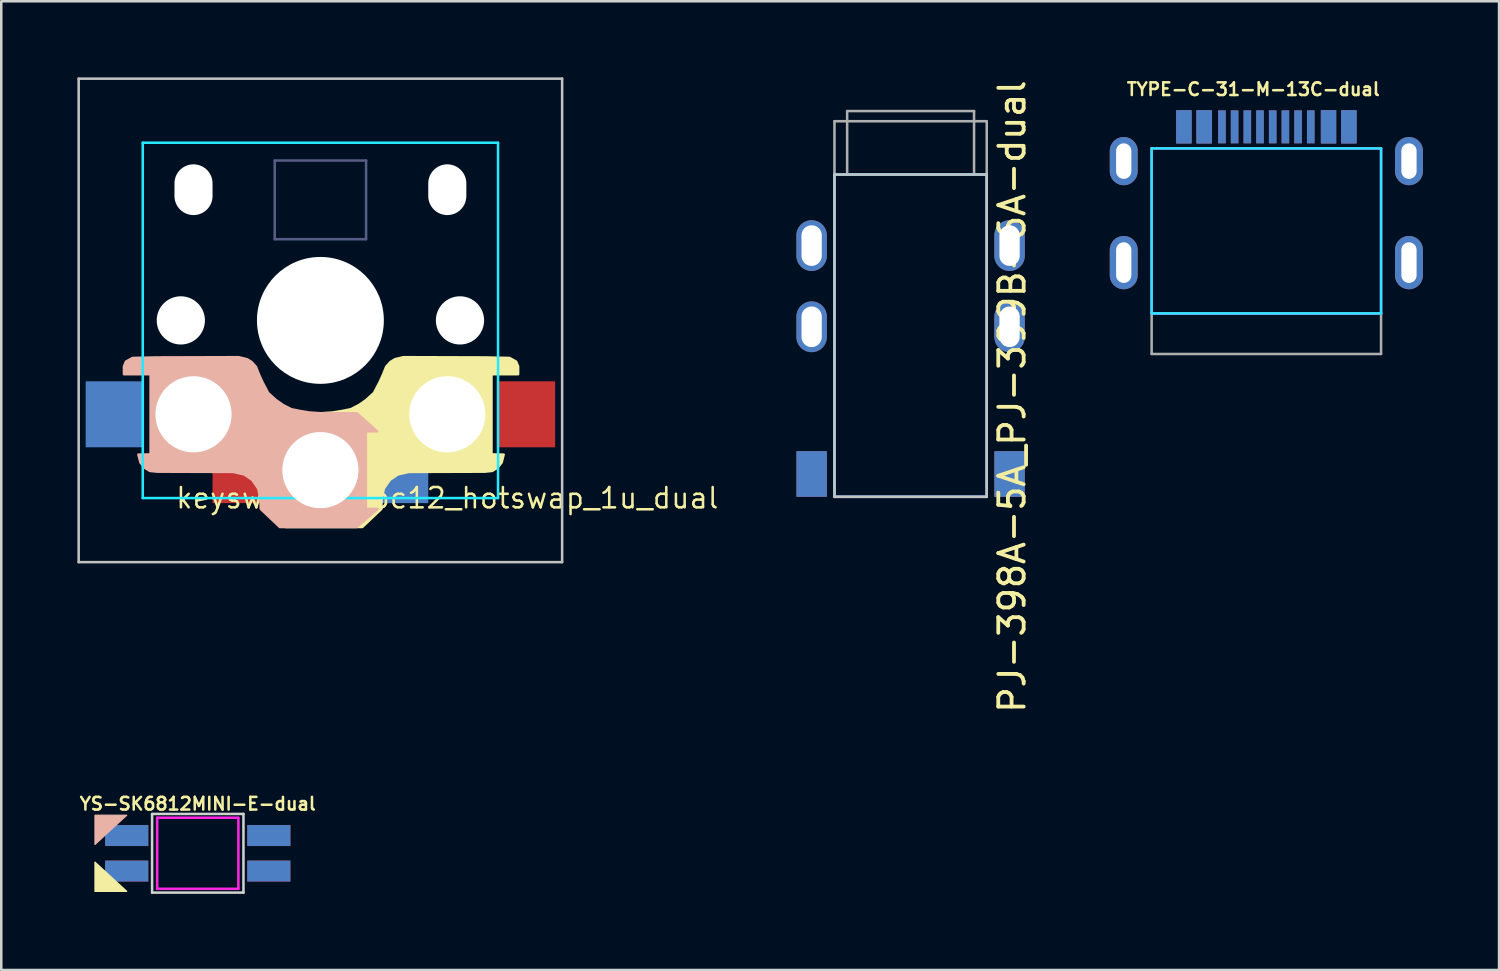
<source format=kicad_pcb>
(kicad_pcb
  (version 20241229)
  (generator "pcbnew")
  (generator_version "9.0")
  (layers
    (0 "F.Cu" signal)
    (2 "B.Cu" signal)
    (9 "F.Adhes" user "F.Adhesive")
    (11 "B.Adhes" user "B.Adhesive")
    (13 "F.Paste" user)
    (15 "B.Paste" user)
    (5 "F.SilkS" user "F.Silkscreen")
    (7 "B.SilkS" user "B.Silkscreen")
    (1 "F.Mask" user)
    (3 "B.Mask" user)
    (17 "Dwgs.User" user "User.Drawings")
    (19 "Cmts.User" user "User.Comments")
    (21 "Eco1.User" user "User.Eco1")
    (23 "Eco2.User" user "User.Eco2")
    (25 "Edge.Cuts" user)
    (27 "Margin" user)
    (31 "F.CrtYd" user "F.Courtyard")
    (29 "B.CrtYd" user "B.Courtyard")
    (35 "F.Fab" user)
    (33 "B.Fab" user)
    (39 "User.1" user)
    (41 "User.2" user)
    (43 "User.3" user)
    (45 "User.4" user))
  (footprint "YS-SK6812MINI-E-dual"
    (layer "F.Cu")
    (at 4.743 30.573)
    (property "Reference" "YS-SK6812MINI-E-dual" (at 0 -1.95 0) (layer "F.SilkS") (effects (font (size 0.5 0.5) (thickness 0.1))))
    (attr smd)
    (fp_poly (pts (xy -4.05 0.35) (xy -4.05 1.5) (xy -2.8 1.5)) (stroke (width 0.05) (type solid)) (fill yes) (layer "F.SilkS"))
    (fp_poly (pts (xy -4.05 -0.35) (xy -4.05 -1.5) (xy -2.8 -1.5)) (stroke (width 0.05) (type solid)) (fill yes) (layer "B.SilkS"))
    (fp_line (start -1.8 -1.55) (end 1.8 -1.55) (stroke (width 0.1) (type solid)) (layer "Edge.Cuts"))
    (fp_line (start -1.8 1.55) (end -1.8 -1.55) (stroke (width 0.1) (type solid)) (layer "Edge.Cuts"))
    (fp_line (start 1.8 -1.55) (end 1.8 1.55) (stroke (width 0.1) (type solid)) (layer "Edge.Cuts"))
    (fp_line (start 1.8 1.55) (end -1.8 1.55) (stroke (width 0.1) (type solid)) (layer "Edge.Cuts"))
    (fp_line (start -1.6 1.4) (end -1.6 -1.4) (stroke (width 0.1) (type solid)) (layer "F.CrtYd"))
    (fp_line (start 1.6 -1.4) (end -1.6 -1.4) (stroke (width 0.1) (type solid)) (layer "F.CrtYd"))
    (fp_line (start 1.6 1.4) (end -1.6 1.4) (stroke (width 0.1) (type solid)) (layer "F.CrtYd"))
    (fp_line (start 1.6 1.4) (end 1.6 -1.4) (stroke (width 0.1) (type solid)) (layer "F.CrtYd"))
    (pad "1" smd rect (at 2.8 -0.7) (size 1.7 0.825) (layers "F.Cu" "F.Mask" "F.Paste"))
    (pad "1" smd rect (at 2.8 0.7 180) (size 1.7 0.825) (layers "B.Cu" "B.Mask" "B.Paste"))
    (pad "2" smd rect (at 2.8 -0.7 180) (size 1.7 0.825) (layers "B.Cu" "B.Mask" "B.Paste"))
    (pad "2" smd rect (at 2.8 0.7) (size 1.7 0.825) (layers "F.Cu" "F.Mask" "F.Paste"))
    (pad "3" smd rect (at -2.8 -0.7 180) (size 1.7 0.825) (layers "B.Cu" "B.Mask" "B.Paste"))
    (pad "3" smd rect (at -2.8 0.7) (size 1.7 0.825) (layers "F.Cu" "F.Mask" "F.Paste"))
    (pad "4" smd rect (at -2.8 -0.7) (size 1.7 0.825) (layers "F.Cu" "F.Mask" "F.Paste"))
    (pad "4" smd rect (at -2.8 0.7 180) (size 1.7 0.825) (layers "B.Cu" "B.Mask" "B.Paste")))
  (footprint "keyswitch_choc12_hotswap_1u_dual"
    (layer "F.Cu")
    (at 9.575 9.575)
    (property "Reference" "keyswitch_choc12_hotswap_1u_dual" (at 5 7 0) (layer "F.SilkS") (effects (font (size 0.8 0.8) (thickness 0.1) (bold yes))))
    (attr smd)
    (fp_poly (pts (xy 1.8 3.14) (xy 2.11 2.86) (xy 2.34 2.42) (xy 2.48 2.11) (xy 2.59 1.83) (xy 2.76 1.64) (xy 2.94 1.53) (xy 3.27 1.45) (xy 6.52 1.46) (xy 7.45 1.48) (xy 7.71 1.622) (xy 7.79 1.81) (xy 7.79 2.12) (xy 6.74 2.12) (xy 6.74 5.28) (xy 7.22 5.29) (xy 7.14 5.6) (xy 6.98 5.8) (xy 6.77 5.93) (xy 6.48 5.96) (xy 3.48 5.97) (xy 3.05 6.07) (xy 2.74 6.28) (xy 2.5 6.62) (xy 2.41 7.04) (xy 2.4 7.43) (xy 1.65 8.14) (xy -1.38 8.14) (xy -2.2 7.43) (xy -1.74 7.43) (xy -1.74 4.37) (xy -2.18 4.37) (xy -1.39 3.66) (xy 0.02 3.66) (xy 0.48 3.63) (xy 0.85 3.57) (xy 1.2 3.5) (xy 1.53 3.33)) (stroke (width 0.1) (type solid)) (fill yes) (layer "F.SilkS"))
    (fp_poly (pts (xy -1.75 3.14) (xy -2.06 2.86) (xy -2.29 2.42) (xy -2.43 2.11) (xy -2.54 1.83) (xy -2.71 1.64) (xy -2.89 1.53) (xy -3.22 1.45) (xy -6.47 1.46) (xy -7.4 1.48) (xy -7.66 1.622) (xy -7.74 1.81) (xy -7.74 2.12) (xy -6.69 2.12) (xy -6.69 5.28) (xy -7.17 5.29) (xy -7.09 5.6) (xy -6.93 5.8) (xy -6.72 5.93) (xy -6.43 5.96) (xy -3.43 5.97) (xy -3 6.07) (xy -2.69 6.28) (xy -2.45 6.62) (xy -2.36 7.04) (xy -2.35 7.43) (xy -1.6 8.14) (xy 1.43 8.14) (xy 2.25 7.43) (xy 1.79 7.43) (xy 1.79 4.37) (xy 2.23 4.37) (xy 1.44 3.66) (xy 0.03 3.66) (xy -0.43 3.63) (xy -0.8 3.57) (xy -1.15 3.5) (xy -1.48 3.33)) (stroke (width 0.1) (type solid)) (fill yes) (layer "B.SilkS"))
    (fp_line (start -9.525 -9.525) (end -9.525 9.525) (stroke (width 0.1) (type solid)) (layer "Dwgs.User"))
    (fp_line (start -9.525 9.525) (end 9.525 9.525) (stroke (width 0.1) (type solid)) (layer "Dwgs.User"))
    (fp_line (start 9.525 -9.525) (end -9.525 -9.525) (stroke (width 0.1) (type solid)) (layer "Dwgs.User"))
    (fp_line (start 9.525 9.525) (end 9.525 -9.525) (stroke (width 0.1) (type solid)) (layer "Dwgs.User"))
    (fp_line (start -7 -7) (end -7 7) (stroke (width 0.1) (type solid)) (layer "B.CrtYd"))
    (fp_line (start -7 7) (end 7 7) (stroke (width 0.1) (type solid)) (layer "B.CrtYd"))
    (fp_line (start 7 -7) (end -7 -7) (stroke (width 0.1) (type solid)) (layer "B.CrtYd"))
    (fp_line (start 7 7) (end 7 -7) (stroke (width 0.1) (type solid)) (layer "B.CrtYd"))
    (fp_line (start -1.8 -6.3) (end 1.8 -6.3) (stroke (width 0.1) (type default)) (layer "B.Fab"))
    (fp_line (start -1.8 -3.2) (end -1.8 -6.3) (stroke (width 0.1) (type default)) (layer "B.Fab"))
    (fp_line (start -1.8 -3.2) (end 1.8 -3.2) (stroke (width 0.1) (type default)) (layer "B.Fab"))
    (fp_line (start 1.8 -3.2) (end 1.8 -6.3) (stroke (width 0.1) (type default)) (layer "B.Fab"))
    (pad "" np_thru_hole circle (at -5.5 0 270) (size 1.9 1.9) (drill 1.9) (layers "*.Cu" "*.Mask"))
    (pad "" np_thru_hole oval (at -5 -5.15) (size 1.5 2) (drill oval 1.5 2) (layers "*.Cu" "*.Mask"))
    (pad "" np_thru_hole circle (at -5 3.7 270) (size 3 3) (drill 3) (layers "*.Cu" "*.Mask"))
    (pad "" np_thru_hole circle (at 0 0 270) (size 5 5) (drill 5) (layers "*.Cu" "*.Mask"))
    (pad "" np_thru_hole circle (at 0 5.9 270) (size 3 3) (drill 3) (layers "*.Cu" "*.Mask"))
    (pad "" np_thru_hole oval (at 5 -5.15) (size 1.5 2) (drill oval 1.5 2) (layers "*.Cu" "*.Mask"))
    (pad "" np_thru_hole circle (at 5 3.7 270) (size 3 3) (drill 3) (layers "*.Cu" "*.Mask"))
    (pad "" np_thru_hole circle (at 5.5 0 270) (size 1.9 1.9) (drill 1.9) (layers "*.Cu" "*.Mask"))
    (pad "1" smd rect (at -8.1 3.7 180) (size 2.3 2.6) (layers "B.Cu" "B.Mask" "B.Paste"))
    (pad "1" smd rect (at 8.1 3.7 180) (size 2.3 2.6) (layers "F.Cu" "F.Mask" "F.Paste"))
    (pad "2" smd rect (at -3.1 5.9 180) (size 2.3 2.6) (layers "F.Cu" "F.Mask" "F.Paste"))
    (pad "2" smd rect (at 3.1 5.9 180) (size 2.3 2.6) (layers "B.Cu" "B.Mask" "B.Paste")))
  (footprint "TYPE-C-31-M-13C-dual"
    (layer "F.Cu")
    (at 46.849 7.298)
    (property "Reference" "TYPE-C-31-M-13C-dual" (at -0.515 -6.83 180) (layer "F.SilkS") (effects (font (size 0.5 0.5) (thickness 0.1) (bold yes))))
    (attr smd allow_soldermask_bridges)
    (fp_line (start -4.52 -4.5) (end 4.52 -4.5) (stroke (width 0.1) (type default)) (layer "B.CrtYd"))
    (fp_line (start -4.52 2) (end -4.52 -4.5) (stroke (width 0.1) (type solid)) (layer "B.CrtYd"))
    (fp_line (start -4.52 2) (end 4.52 2) (stroke (width 0.1) (type default)) (layer "B.CrtYd"))
    (fp_line (start 4.52 2) (end 4.52 -4.5) (stroke (width 0.1) (type solid)) (layer "B.CrtYd"))
    (fp_line (start -4.52 -4.5) (end 4.52 -4.5) (stroke (width 0.1) (type default)) (layer "F.CrtYd"))
    (fp_line (start -4.52 2) (end -4.52 -4.5) (stroke (width 0.1) (type solid)) (layer "F.CrtYd"))
    (fp_line (start -4.52 2) (end 4.52 2) (stroke (width 0.1) (type default)) (layer "F.CrtYd"))
    (fp_line (start 4.52 2) (end 4.52 -4.5) (stroke (width 0.1) (type solid)) (layer "F.CrtYd"))
    (fp_line (start -4.52 3.6) (end -4.52 2) (stroke (width 0.1) (type default)) (layer "F.Fab"))
    (fp_line (start -4.52 3.6) (end 4.52 3.6) (stroke (width 0.1) (type default)) (layer "F.Fab"))
    (fp_line (start 4.52 2) (end -4.52 2) (stroke (width 0.1) (type default)) (layer "F.Fab"))
    (fp_line (start 4.52 3.6) (end 4.52 2) (stroke (width 0.1) (type default)) (layer "F.Fab"))
    (pad "A1" smd rect (at -3.25 -5.35) (size 0.6 1.3) (layers "F.Cu" "F.Mask" "F.Paste"))
    (pad "A1" smd rect (at 3.25 -5.35) (size 0.6 1.3) (layers "B.Cu" "B.Mask" "B.Paste"))
    (pad "A4" smd rect (at -2.45 -5.35) (size 0.6 1.3) (layers "F.Cu" "F.Mask" "F.Paste"))
    (pad "A4" smd rect (at 2.45 -5.35) (size 0.6 1.3) (layers "B.Cu" "B.Mask" "B.Paste"))
    (pad "A5" smd rect (at -1.25 -5.35) (size 0.3 1.3) (layers "F.Cu" "F.Mask" "F.Paste"))
    (pad "A5" smd rect (at 1.25 -5.35) (size 0.3 1.3) (layers "B.Cu" "B.Mask" "B.Paste"))
    (pad "A6" smd rect (at -0.25 -5.35) (size 0.3 1.3) (layers "F.Cu" "F.Mask" "F.Paste"))
    (pad "A6" smd rect (at 0.25 -5.35) (size 0.3 1.3) (layers "B.Cu" "B.Mask" "B.Paste"))
    (pad "A7" smd rect (at -0.25 -5.35) (size 0.3 1.3) (layers "B.Cu" "B.Mask" "B.Paste"))
    (pad "A7" smd rect (at 0.25 -5.35) (size 0.3 1.3) (layers "F.Cu" "F.Mask" "F.Paste"))
    (pad "A8" smd rect (at -1.25 -5.35) (size 0.3 1.3) (layers "B.Cu" "B.Mask" "B.Paste"))
    (pad "A8" smd rect (at 1.25 -5.35) (size 0.3 1.3) (layers "F.Cu" "F.Mask" "F.Paste"))
    (pad "A9" smd rect (at -2.45 -5.35) (size 0.6 1.3) (layers "B.Cu" "B.Mask" "B.Paste"))
    (pad "A9" smd rect (at 2.45 -5.35) (size 0.6 1.3) (layers "F.Cu" "F.Mask" "F.Paste"))
    (pad "A12" smd rect (at -3.25 -5.35) (size 0.6 1.3) (layers "B.Cu" "B.Mask" "B.Paste"))
    (pad "A12" smd rect (at 3.25 -5.35) (size 0.6 1.3) (layers "F.Cu" "F.Mask" "F.Paste"))
    (pad "B1" smd rect (at -3.25 -5.35) (size 0.6 1.3) (layers "B.Cu" "B.Mask" "B.Paste"))
    (pad "B1" smd rect (at 3.25 -5.35) (size 0.6 1.3) (layers "F.Cu" "F.Mask" "F.Paste"))
    (pad "B4" smd rect (at -2.45 -5.35) (size 0.6 1.3) (layers "B.Cu" "B.Mask" "B.Paste"))
    (pad "B4" smd rect (at 2.45 -5.35) (size 0.6 1.3) (layers "F.Cu" "F.Mask" "F.Paste"))
    (pad "B5" smd rect (at -1.75 -5.35) (size 0.3 1.3) (layers "B.Cu" "B.Mask" "B.Paste"))
    (pad "B5" smd rect (at 1.75 -5.35) (size 0.3 1.3) (layers "F.Cu" "F.Mask" "F.Paste"))
    (pad "B6" smd rect (at -0.75 -5.35) (size 0.3 1.3) (layers "B.Cu" "B.Mask" "B.Paste"))
    (pad "B6" smd rect (at 0.75 -5.35) (size 0.3 1.3) (layers "F.Cu" "F.Mask" "F.Paste"))
    (pad "B7" smd rect (at -0.75 -5.35) (size 0.3 1.3) (layers "F.Cu" "F.Mask" "F.Paste"))
    (pad "B7" smd rect (at 0.75 -5.35) (size 0.3 1.3) (layers "B.Cu" "B.Mask" "B.Paste"))
    (pad "B8" smd rect (at -1.75 -5.35) (size 0.3 1.3) (layers "F.Cu" "F.Mask" "F.Paste"))
    (pad "B8" smd rect (at 1.75 -5.35) (size 0.3 1.3) (layers "B.Cu" "B.Mask" "B.Paste"))
    (pad "B9" smd rect (at -2.45 -5.35) (size 0.6 1.3) (layers "F.Cu" "F.Mask" "F.Paste"))
    (pad "B9" smd rect (at 2.45 -5.35) (size 0.6 1.3) (layers "B.Cu" "B.Mask" "B.Paste"))
    (pad "B12" smd rect (at -3.25 -5.35) (size 0.6 1.3) (layers "F.Cu" "F.Mask" "F.Paste"))
    (pad "B12" smd rect (at 3.25 -5.35) (size 0.6 1.3) (layers "B.Cu" "B.Mask" "B.Paste"))
    (pad "S1" thru_hole oval (at -5.62 -4) (size 1.1 1.9) (drill oval 0.6 1.4) (layers "*.Cu" "*.Mask"))
    (pad "S1" thru_hole oval (at -5.62 0) (size 1.1 2.1) (drill oval 0.6 1.6) (layers "*.Cu" "*.Mask"))
    (pad "S1" thru_hole oval (at 5.62 -4) (size 1.1 1.9) (drill oval 0.6 1.4) (layers "*.Cu" "*.Mask"))
    (pad "S1" thru_hole oval (at 5.62 0) (size 1.1 2.1) (drill oval 0.6 1.6) (layers "*.Cu" "*.Mask")))
  (footprint "PJ-398A-5A_PJ-399B-6A-dual"
    (layer "F.Cu")
    (at 32.831 3.827)
    (property "Reference" "PJ-398A-5A_PJ-399B-6A-dual" (at 4 8.75 90) (layer "F.SilkS") (effects (font (size 1 1) (thickness 0.15))))
    (attr smd)
    (fp_line (start -3 0) (end -3 12.7) (stroke (width 0.1) (type default)) (layer "Dwgs.User"))
    (fp_line (start -3 0) (end 3 0) (stroke (width 0.1) (type default)) (layer "Dwgs.User"))
    (fp_line (start -3 12.7) (end 3 12.7) (stroke (width 0.1) (type default)) (layer "Dwgs.User"))
    (fp_line (start 3 12.7) (end 3 0) (stroke (width 0.1) (type default)) (layer "Dwgs.User"))
    (fp_line (start -3 12.7) (end -3 0) (stroke (width 0.1) (type solid)) (layer "B.CrtYd"))
    (fp_line (start 3 0) (end -3 0) (stroke (width 0.1) (type solid)) (layer "B.CrtYd"))
    (fp_line (start 3 12.7) (end -3 12.7) (stroke (width 0.1) (type solid)) (layer "B.CrtYd"))
    (fp_line (start 3 12.7) (end 3 0) (stroke (width 0.1) (type solid)) (layer "B.CrtYd"))
    (fp_line (start -3 12.7) (end -3 0) (stroke (width 0.1) (type solid)) (layer "F.CrtYd"))
    (fp_line (start 3 0) (end -3 0) (stroke (width 0.1) (type solid)) (layer "F.CrtYd"))
    (fp_line (start 3 12.7) (end -3 12.7) (stroke (width 0.1) (type solid)) (layer "F.CrtYd"))
    (fp_line (start 3 12.7) (end 3 0) (stroke (width 0.1) (type solid)) (layer "F.CrtYd"))
    (fp_line (start -3 -2.1) (end -3 0) (stroke (width 0.1) (type default)) (layer "F.Fab"))
    (fp_line (start -2.5 0) (end -2.5 -2.5) (stroke (width 0.1) (type default)) (layer "F.Fab"))
    (fp_line (start 2.5 -2.5) (end -2.5 -2.5) (stroke (width 0.1) (type default)) (layer "F.Fab"))
    (fp_line (start 2.5 0) (end 2.5 -2.5) (stroke (width 0.1) (type default)) (layer "F.Fab"))
    (fp_line (start 3 -2.1) (end -3 -2.1) (stroke (width 0.1) (type default)) (layer "F.Fab"))
    (fp_line (start 3 -2.1) (end 3 0) (stroke (width 0.1) (type default)) (layer "F.Fab"))
    (pad "R" thru_hole oval (at -3.9 6) (size 1.2 2) (drill oval 0.8 1.6) (layers "*.Cu" "*.Mask"))
    (pad "R" thru_hole oval (at 3.9 6) (size 1.2 2) (drill oval 0.8 1.6) (layers "*.Cu" "*.Mask"))
    (pad "S" thru_hole oval (at -3.9 2.8) (size 1.2 2) (drill oval 0.8 1.6) (layers "*.Cu" "*.Mask"))
    (pad "S" thru_hole oval (at 3.9 2.8) (size 1.2 2) (drill oval 0.8 1.6) (layers "*.Cu" "*.Mask"))
    (pad "T" smd rect (at -3.9 11.8) (size 1.2 1.8) (layers "F.Cu" "F.Mask" "F.Paste"))
    (pad "T" smd rect (at -3.9 11.8) (size 1.2 1.8) (layers "B.Cu" "B.Mask" "B.Paste"))
    (pad "T" smd rect (at 3.9 11.8) (size 1.2 1.8) (layers "F.Cu" "F.Mask" "F.Paste"))
    (pad "T" smd rect (at 3.9 11.8) (size 1.2 1.8) (layers "B.Cu" "B.Mask" "B.Paste")))
  (gr_rect
    (start -3 -3)
    (end 56.019 35.173)
    (stroke (width 0.1) (type default))
    (fill no)
    (layer "Edge.Cuts")))
</source>
